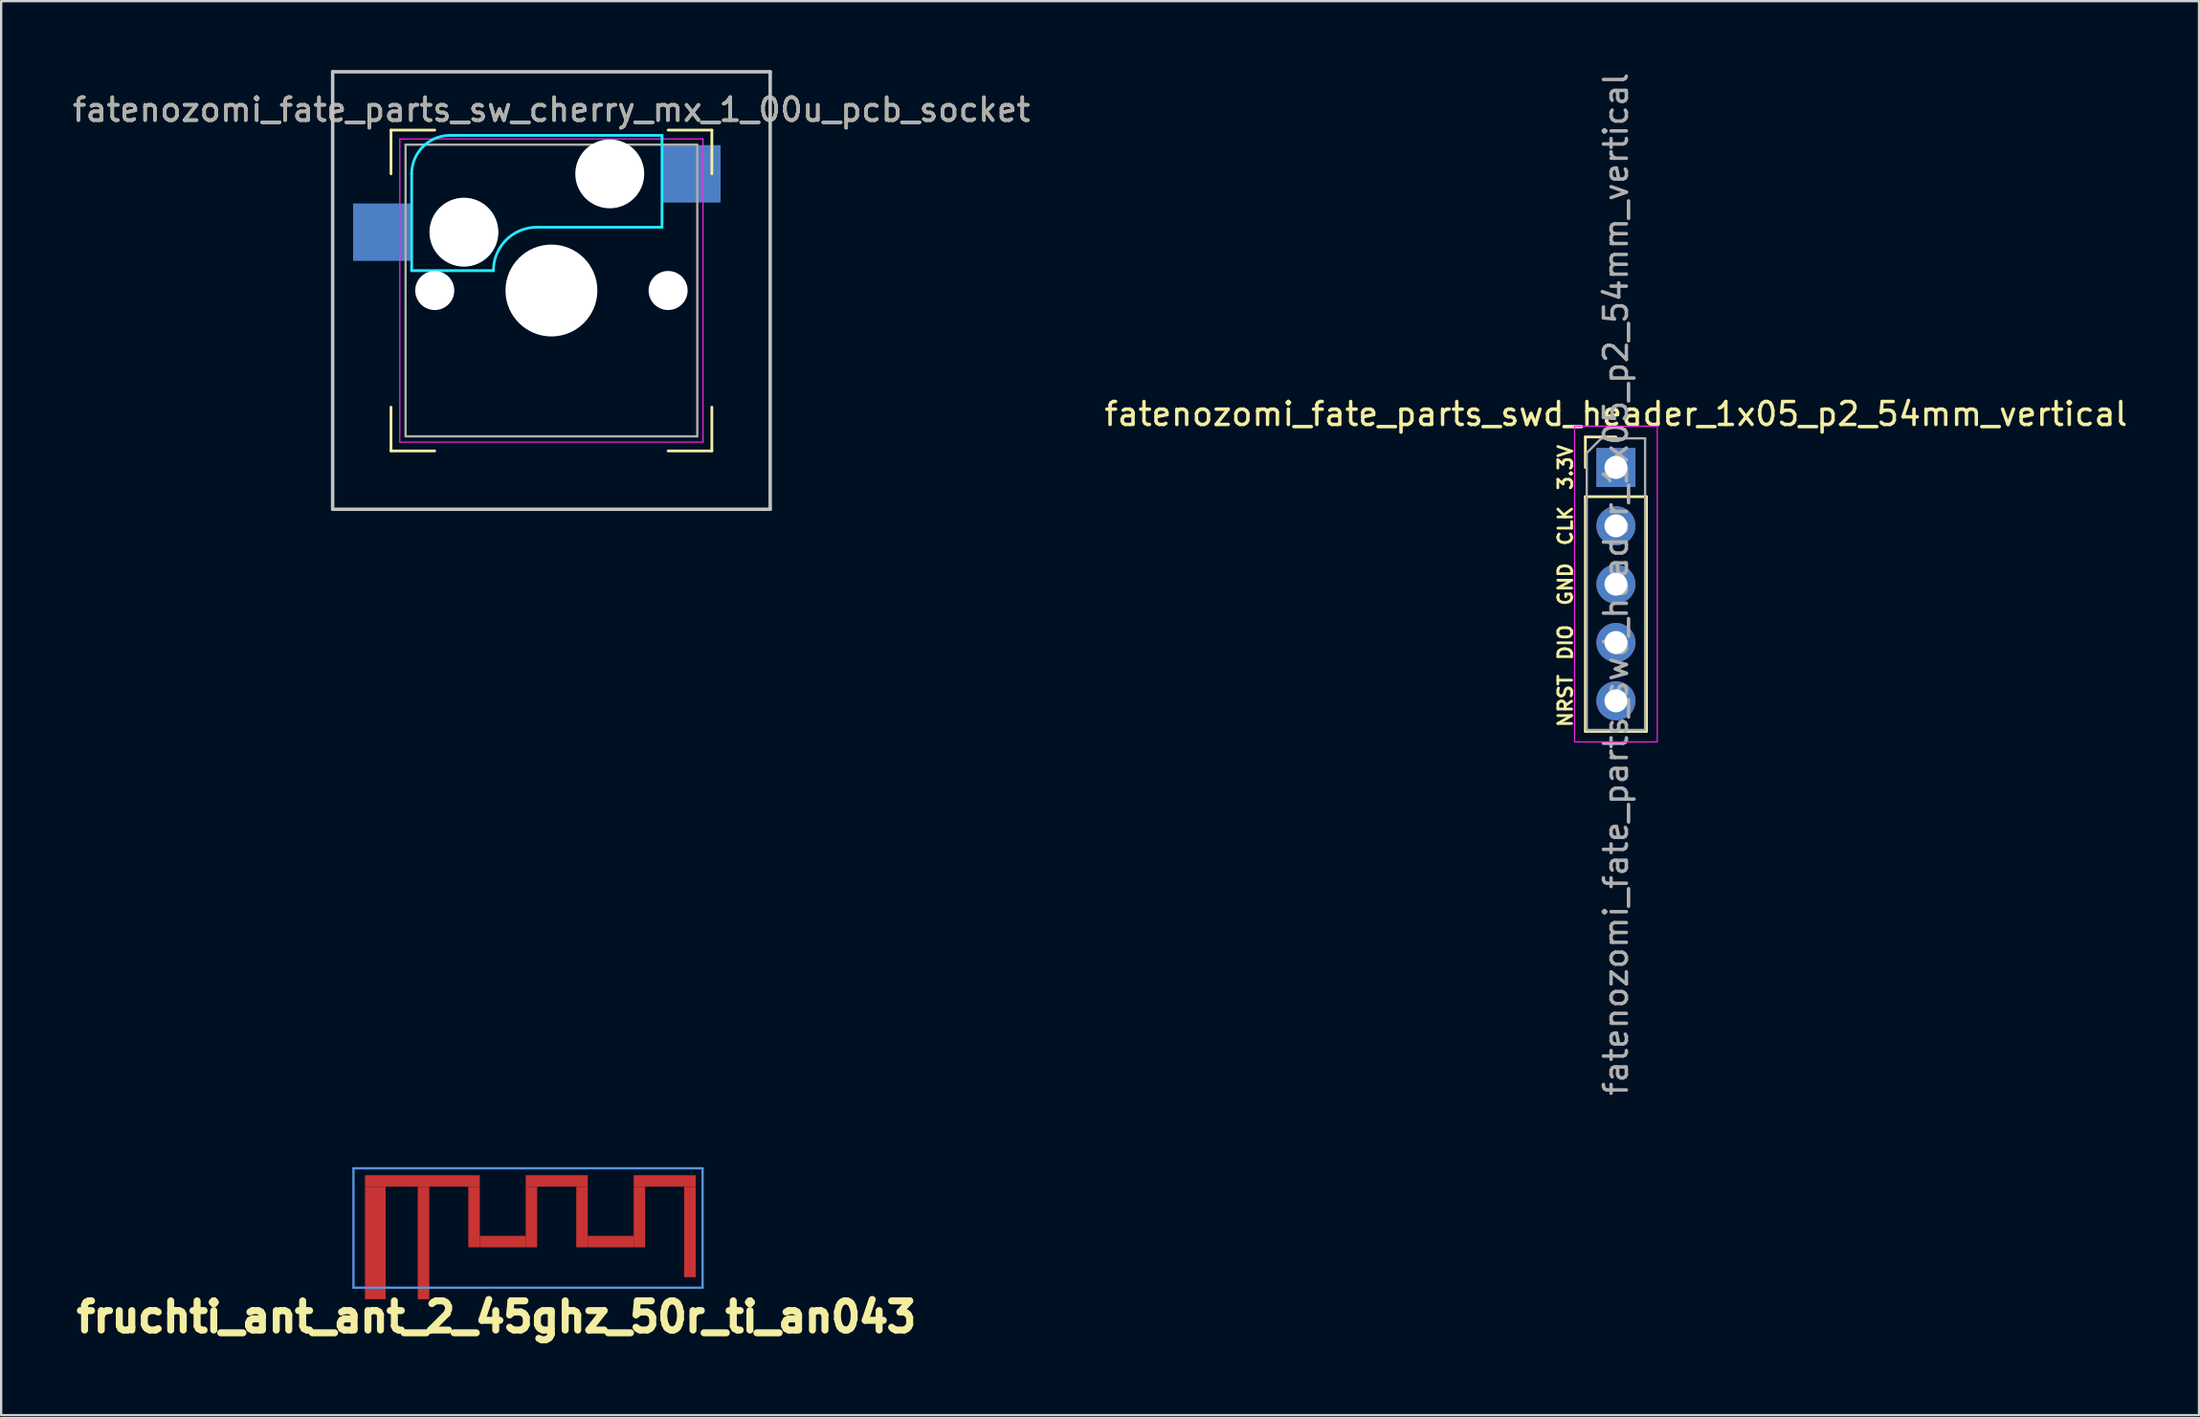
<source format=kicad_pcb>
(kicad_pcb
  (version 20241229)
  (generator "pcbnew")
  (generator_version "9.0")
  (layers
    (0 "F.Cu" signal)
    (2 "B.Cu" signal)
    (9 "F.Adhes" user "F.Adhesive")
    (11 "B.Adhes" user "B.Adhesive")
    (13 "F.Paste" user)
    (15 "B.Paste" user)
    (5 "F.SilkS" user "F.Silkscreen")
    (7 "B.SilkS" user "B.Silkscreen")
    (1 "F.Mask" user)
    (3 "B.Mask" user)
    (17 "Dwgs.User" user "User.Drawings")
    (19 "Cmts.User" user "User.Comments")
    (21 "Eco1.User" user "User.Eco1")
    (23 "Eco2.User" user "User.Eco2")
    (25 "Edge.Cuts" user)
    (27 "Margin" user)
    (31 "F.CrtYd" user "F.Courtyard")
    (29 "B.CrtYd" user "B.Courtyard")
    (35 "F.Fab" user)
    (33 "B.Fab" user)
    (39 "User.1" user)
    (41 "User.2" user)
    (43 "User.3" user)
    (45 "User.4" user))
  (footprint "fatenozomi_fate_parts_sw_cherry_mx_1_00u_pcb_socket"
    (layer "F.Cu")
    (at 20.958 9.6)
    (property "Reference" "fatenozomi_fate_parts_sw_cherry_mx_1_00u_pcb_socket" (at 0 -7.874 0) (layer "F.SilkS") (effects (font (size 1 1) (thickness 0.15))))
    (attr through_hole)
    (fp_line (start -6.985 -6.985) (end -5.08 -6.985) (stroke (width 0.12) (type solid)) (layer "F.SilkS"))
    (fp_line (start -6.985 -5.08) (end -6.985 -6.985) (stroke (width 0.12) (type solid)) (layer "F.SilkS"))
    (fp_line (start -6.985 6.985) (end -6.985 5.08) (stroke (width 0.12) (type solid)) (layer "F.SilkS"))
    (fp_line (start -6.985 6.985) (end -5.08 6.985) (stroke (width 0.12) (type solid)) (layer "F.SilkS"))
    (fp_line (start 5.08 -6.985) (end 6.985 -6.985) (stroke (width 0.12) (type solid)) (layer "F.SilkS"))
    (fp_line (start 6.985 -6.985) (end 6.985 -5.08) (stroke (width 0.12) (type solid)) (layer "F.SilkS"))
    (fp_line (start 6.985 6.985) (end 5.08 6.985) (stroke (width 0.12) (type solid)) (layer "F.SilkS"))
    (fp_line (start 6.985 6.985) (end 6.985 5.08) (stroke (width 0.12) (type solid)) (layer "F.SilkS"))
    (fp_line (start -9.525 -9.525) (end 9.525 -9.525) (stroke (width 0.15) (type solid)) (layer "Dwgs.User"))
    (fp_line (start -9.525 9.525) (end -9.525 -9.525) (stroke (width 0.15) (type solid)) (layer "Dwgs.User"))
    (fp_line (start 9.525 -9.525) (end 9.525 9.525) (stroke (width 0.15) (type solid)) (layer "Dwgs.User"))
    (fp_line (start 9.525 9.525) (end -9.525 9.525) (stroke (width 0.15) (type solid)) (layer "Dwgs.User"))
    (fp_line (start -6.085 -0.865) (end -6.085 -5.08) (stroke (width 0.12) (type solid)) (layer "B.CrtYd"))
    (fp_line (start -6.085 -0.865) (end -2.525 -0.865) (stroke (width 0.12) (type solid)) (layer "B.CrtYd"))
    (fp_line (start -4.41 -6.755) (end 4.815 -6.755) (stroke (width 0.12) (type solid)) (layer "B.CrtYd"))
    (fp_line (start 4.815 -6.755) (end 4.815 -2.755) (stroke (width 0.12) (type solid)) (layer "B.CrtYd"))
    (fp_line (start 4.815 -2.755) (end -0.635 -2.755) (stroke (width 0.12) (type solid)) (layer "B.CrtYd"))
    (fp_arc (start -6.085 -5.08) (mid -5.594404 -6.264404) (end -4.41 -6.755) (stroke (width 0.12) (type solid)) (layer "B.CrtYd"))
    (fp_arc (start -2.525 -0.865) (mid -1.971432 -2.201432) (end -0.635 -2.755) (stroke (width 0.12) (type solid)) (layer "B.CrtYd"))
    (fp_line (start -6.6 -6.6) (end 6.6 -6.6) (stroke (width 0.05) (type solid)) (layer "F.CrtYd"))
    (fp_line (start -6.6 6.6) (end -6.6 -6.6) (stroke (width 0.05) (type solid)) (layer "F.CrtYd"))
    (fp_line (start 6.6 -6.6) (end 6.6 6.6) (stroke (width 0.05) (type solid)) (layer "F.CrtYd"))
    (fp_line (start 6.6 6.6) (end -6.6 6.6) (stroke (width 0.05) (type solid)) (layer "F.CrtYd"))
    (fp_line (start -6.35 -6.35) (end 6.35 -6.35) (stroke (width 0.1) (type solid)) (layer "F.Fab"))
    (fp_line (start -6.35 6.35) (end -6.35 -6.35) (stroke (width 0.1) (type solid)) (layer "F.Fab"))
    (fp_line (start 6.35 -6.35) (end 6.35 6.35) (stroke (width 0.1) (type solid)) (layer "F.Fab"))
    (fp_line (start 6.35 6.35) (end -6.35 6.35) (stroke (width 0.1) (type solid)) (layer "F.Fab"))
    (fp_text user "${REFERENCE}" (at 0 -7.874 0) (layer "F.Fab") (effects (font (size 1 1) (thickness 0.15))))
    (pad "" np_thru_hole circle (at -5.08 0) (size 1.7 1.7) (drill 1.7) (layers "*.Cu" "*.Mask"))
    (pad "" np_thru_hole circle (at -3.81 -2.54) (size 3 3) (drill 3) (layers "*.Cu" "*.Mask"))
    (pad "" np_thru_hole circle (at 0 0) (size 4 4) (drill 4) (layers "*.Cu" "*.Mask"))
    (pad "" np_thru_hole circle (at 2.54 -5.08) (size 3 3) (drill 3) (layers "*.Cu" "*.Mask"))
    (pad "" np_thru_hole circle (at 5.08 0) (size 1.7 1.7) (drill 1.7) (layers "*.Cu" "*.Mask"))
    (pad "1" smd rect (at 6.09 -5.08) (size 2.55 2.5) (layers "B.Cu" "B.Mask" "B.Paste"))
    (pad "2" smd rect (at -7.36 -2.54) (size 2.55 2.5) (layers "B.Cu" "B.Mask" "B.Paste")))
  (footprint "fruchti_ant_ant_2_45ghz_50r_ti_an043"
    (layer "F.Cu")
    (at 15.389 53.024)
    (property "Reference" "fruchti_ant_ant_2_45ghz_50r_ti_an043" (at 3.175 1.27 0) (layer "F.SilkS") (effects (font (size 1.27 1.27) (thickness 0.305))))
    (attr through_hole)
    (fp_line (start -3.05 -5.2) (end -3.05 0) (stroke (width 0.1) (type solid)) (layer "Cmts.User"))
    (fp_line (start -3.05 -5.2) (end 12.15 -5.2) (stroke (width 0.1) (type solid)) (layer "Cmts.User"))
    (fp_line (start -3.05 0) (end 12.15 0) (stroke (width 0.1) (type solid)) (layer "Cmts.User"))
    (fp_line (start 12.15 -5.2) (end 12.15 0) (stroke (width 0.1) (type solid)) (layer "Cmts.User"))
    (pad "1" smd rect (at 0 0.25) (size 0.5 0.5) (layers "F.Cu" "F.Mask"))
    (pad "2" smd rect (at -2.1 0.25) (size 0.9 0.5) (layers "F.Cu" "F.Mask"))
    (pad "~" smd rect (at -2.1 -2.2) (size 0.9 4.4) (layers "F.Cu" "F.Mask"))
    (pad "~" smd rect (at -0.05 -4.65) (size 5 0.5) (layers "F.Cu" "F.Mask"))
    (pad "~" smd rect (at 0 -2.2) (size 0.5 4.4) (layers "F.Cu" "F.Mask"))
    (pad "~" smd rect (at 2.2 -3.08) (size 0.5 2.64) (layers "F.Cu" "F.Mask"))
    (pad "~" smd rect (at 3.45 -2.01) (size 2 0.5) (layers "F.Cu" "F.Mask"))
    (pad "~" smd rect (at 4.7 -3.08) (size 0.5 2.64) (layers "F.Cu" "F.Mask"))
    (pad "~" smd rect (at 5.8 -4.65) (size 2.7 0.5) (layers "F.Cu" "F.Mask"))
    (pad "~" smd rect (at 6.9 -3.08) (size 0.5 2.64) (layers "F.Cu" "F.Mask"))
    (pad "~" smd rect (at 8.15 -2.01) (size 2 0.5) (layers "F.Cu" "F.Mask"))
    (pad "~" smd rect (at 9.4 -3.08) (size 0.5 2.64) (layers "F.Cu" "F.Mask"))
    (pad "~" smd rect (at 10.5 -4.65) (size 2.7 0.5) (layers "F.Cu" "F.Mask"))
    (pad "~" smd rect (at 11.6 -2.43) (size 0.5 3.94) (layers "F.Cu" "F.Mask")))
  (footprint "fatenozomi_fate_parts_swd_header_1x05_p2_54mm_vertical"
    (layer "F.Cu")
    (at 67.304 17.307)
    (property "Reference" "fatenozomi_fate_parts_swd_header_1x05_p2_54mm_vertical" (at 0 -2.33 0) (layer "F.SilkS") (effects (font (size 1 1) (thickness 0.15))))
    (attr through_hole)
    (fp_line (start -1.33 -1.33) (end 0 -1.33) (stroke (width 0.12) (type solid)) (layer "F.SilkS"))
    (fp_line (start -1.33 0) (end -1.33 -1.33) (stroke (width 0.12) (type solid)) (layer "F.SilkS"))
    (fp_line (start -1.33 1.27) (end -1.33 11.49) (stroke (width 0.12) (type solid)) (layer "F.SilkS"))
    (fp_line (start -1.33 1.27) (end 1.33 1.27) (stroke (width 0.12) (type solid)) (layer "F.SilkS"))
    (fp_line (start -1.33 11.49) (end 1.33 11.49) (stroke (width 0.12) (type solid)) (layer "F.SilkS"))
    (fp_line (start 1.33 1.27) (end 1.33 11.49) (stroke (width 0.12) (type solid)) (layer "F.SilkS"))
    (fp_line (start -1.8 -1.8) (end -1.8 11.95) (stroke (width 0.05) (type solid)) (layer "F.CrtYd"))
    (fp_line (start -1.8 11.95) (end 1.8 11.95) (stroke (width 0.05) (type solid)) (layer "F.CrtYd"))
    (fp_line (start 1.8 -1.8) (end -1.8 -1.8) (stroke (width 0.05) (type solid)) (layer "F.CrtYd"))
    (fp_line (start 1.8 11.95) (end 1.8 -1.8) (stroke (width 0.05) (type solid)) (layer "F.CrtYd"))
    (fp_line (start -1.27 -0.635) (end -0.635 -1.27) (stroke (width 0.1) (type solid)) (layer "F.Fab"))
    (fp_line (start -1.27 11.43) (end -1.27 -0.635) (stroke (width 0.1) (type solid)) (layer "F.Fab"))
    (fp_line (start -0.635 -1.27) (end 1.27 -1.27) (stroke (width 0.1) (type solid)) (layer "F.Fab"))
    (fp_line (start 1.27 -1.27) (end 1.27 11.43) (stroke (width 0.1) (type solid)) (layer "F.Fab"))
    (fp_line (start 1.27 11.43) (end -1.27 11.43) (stroke (width 0.1) (type solid)) (layer "F.Fab"))
    (fp_text user "DIO" (at -2.2 7.62 90) (layer "F.SilkS") (effects (font (size 0.6 0.6) (thickness 0.12))))
    (fp_text user "3.3V" (at -2.2 0 90) (layer "F.SilkS") (effects (font (size 0.6 0.6) (thickness 0.12))))
    (fp_text user "GND" (at -2.2 5.08 90) (layer "F.SilkS") (effects (font (size 0.6 0.6) (thickness 0.12))))
    (fp_text user "CLK" (at -2.2 2.54 90) (layer "F.SilkS") (effects (font (size 0.6 0.6) (thickness 0.12))))
    (fp_text user "NRST" (at -2.2 10.16 90) (layer "F.SilkS") (effects (font (size 0.6 0.6) (thickness 0.12))))
    (fp_text user "${REFERENCE}" (at 0 5.08 90) (layer "F.Fab") (effects (font (size 1 1) (thickness 0.15))))
    (pad "1" thru_hole rect (at 0 0) (size 1.7 1.7) (drill 1) (layers "*.Cu" "*.Mask"))
    (pad "2" thru_hole oval (at 0 2.54) (size 1.7 1.7) (drill 1) (layers "*.Cu" "*.Mask"))
    (pad "3" thru_hole oval (at 0 5.08) (size 1.7 1.7) (drill 1) (layers "*.Cu" "*.Mask"))
    (pad "4" thru_hole oval (at 0 7.62) (size 1.7 1.7) (drill 1) (layers "*.Cu" "*.Mask"))
    (pad "5" thru_hole oval (at 0 10.16) (size 1.7 1.7) (drill 1) (layers "*.Cu" "*.Mask")))
  (gr_rect
    (start -3 -3)
    (end 92.69 58.572)
    (stroke (width 0.1) (type default))
    (fill no)
    (layer "Edge.Cuts")))
</source>
